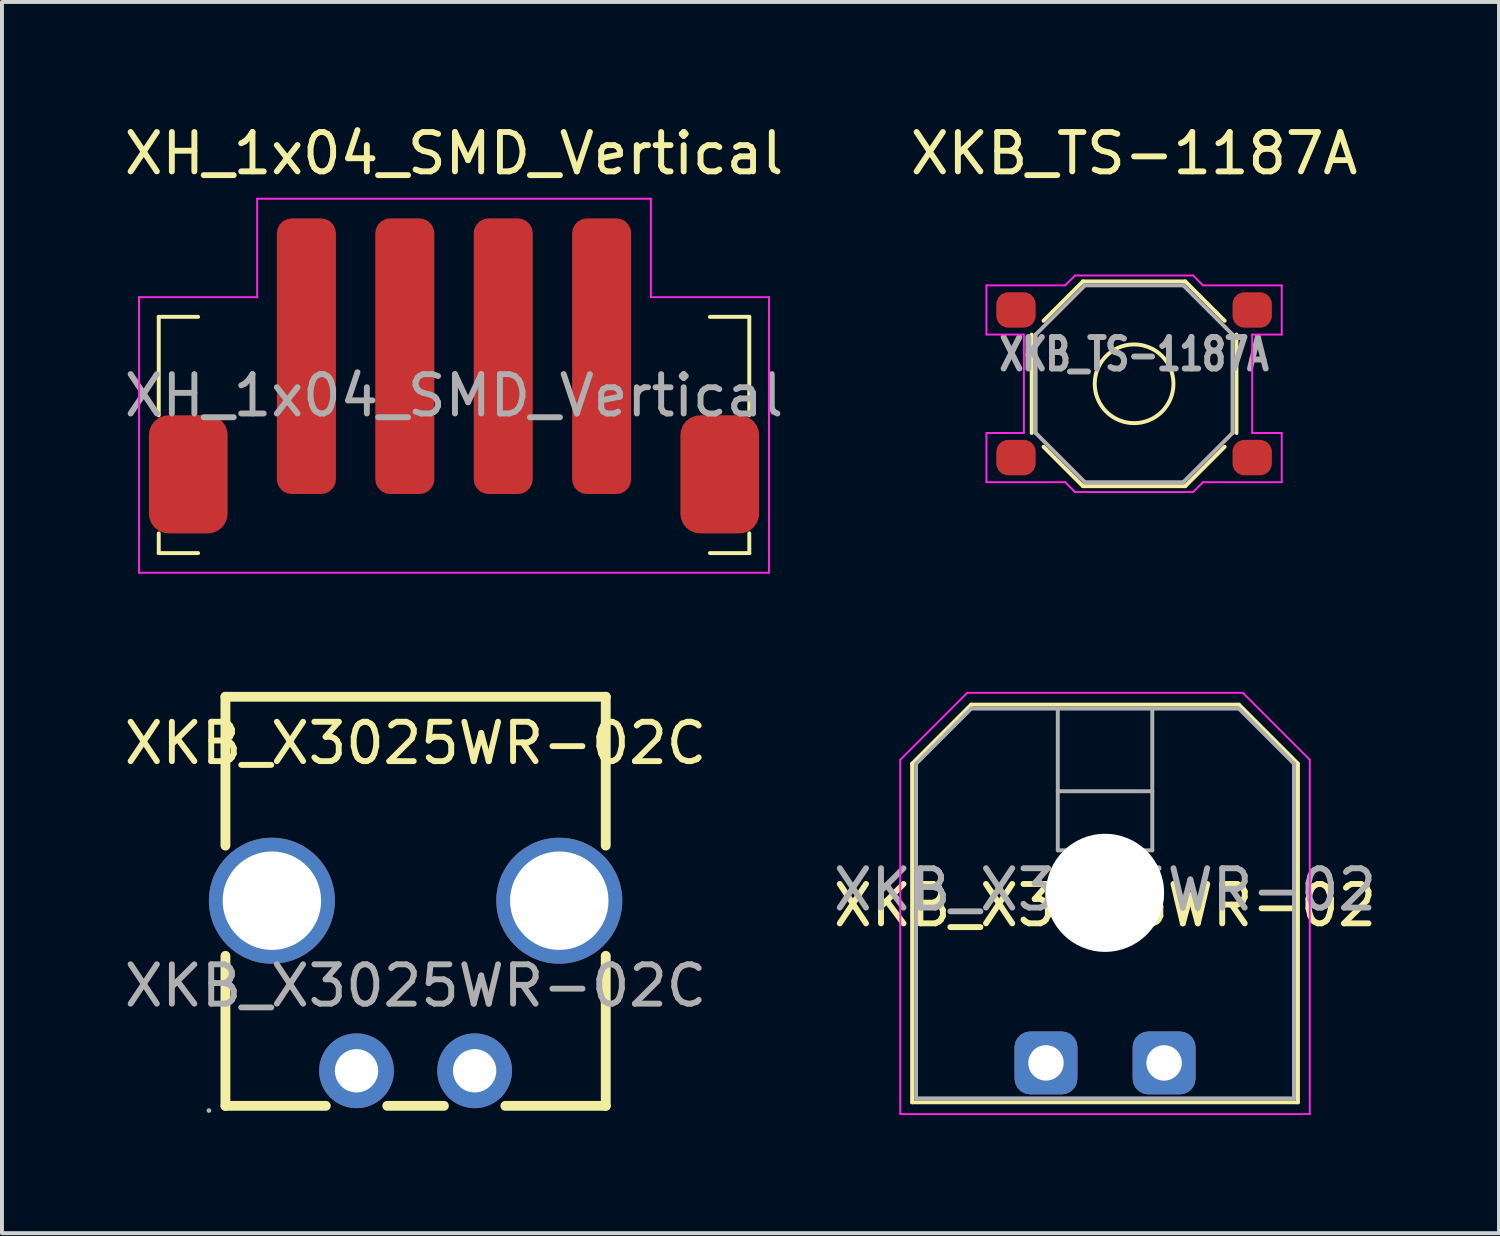
<source format=kicad_pcb>
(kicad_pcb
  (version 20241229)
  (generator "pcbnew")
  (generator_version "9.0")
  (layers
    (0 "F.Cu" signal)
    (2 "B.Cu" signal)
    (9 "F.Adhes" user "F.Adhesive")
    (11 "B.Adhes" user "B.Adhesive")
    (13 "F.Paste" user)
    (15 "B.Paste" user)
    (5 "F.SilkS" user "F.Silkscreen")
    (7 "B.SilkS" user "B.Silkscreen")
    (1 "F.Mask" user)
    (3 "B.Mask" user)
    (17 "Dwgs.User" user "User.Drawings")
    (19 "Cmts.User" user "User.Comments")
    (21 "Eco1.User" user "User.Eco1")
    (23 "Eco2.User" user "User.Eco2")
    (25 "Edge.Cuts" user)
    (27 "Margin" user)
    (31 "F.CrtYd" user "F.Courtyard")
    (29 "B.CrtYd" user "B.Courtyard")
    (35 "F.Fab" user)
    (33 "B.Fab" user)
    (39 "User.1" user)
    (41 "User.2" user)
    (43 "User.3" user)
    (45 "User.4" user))
  (footprint "XKB_X3025WR-02C"
    (layer "F.Cu")
    (at 7.506 21.988)
    (property "Reference" "XKB_X3025WR-02C" (at 0 -6.16 0) (layer "F.SilkS") (effects (font (size 1 1) (thickness 0.15))))
    (attr through_hole)
    (fp_line (start -4.83 -7.34) (end -4.83 -3.56) (stroke (width 0.25) (type solid)) (layer "F.SilkS"))
    (fp_line (start -4.83 -0.76) (end -4.83 3.05) (stroke (width 0.25) (type solid)) (layer "F.SilkS"))
    (fp_line (start -4.83 3.05) (end -2.28 3.05) (stroke (width 0.25) (type solid)) (layer "F.SilkS"))
    (fp_line (start -0.72 3.05) (end 0.72 3.05) (stroke (width 0.25) (type solid)) (layer "F.SilkS"))
    (fp_line (start 2.28 3.05) (end 4.83 3.05) (stroke (width 0.25) (type solid)) (layer "F.SilkS"))
    (fp_line (start 4.83 -7.34) (end -4.83 -7.34) (stroke (width 0.25) (type solid)) (layer "F.SilkS"))
    (fp_line (start 4.83 -3.56) (end 4.83 -7.34) (stroke (width 0.25) (type solid)) (layer "F.SilkS"))
    (fp_line (start 4.83 3.05) (end 4.83 -0.76) (stroke (width 0.25) (type solid)) (layer "F.SilkS"))
    (fp_circle (center -5.25 3.17) (end -5.22 3.17) (stroke (width 0.06) (type solid)) (fill no) (layer "F.Fab"))
    (fp_circle (center -3.65 -2.16) (end -3.07 -2.16) (stroke (width 1.15) (type solid)) (fill no) (layer "F.Fab"))
    (fp_circle (center -1.5 2.16) (end -1.27 2.16) (stroke (width 0.45) (type solid)) (fill no) (layer "F.Fab"))
    (fp_circle (center 1.5 2.16) (end 1.73 2.16) (stroke (width 0.45) (type solid)) (fill no) (layer "F.Fab"))
    (fp_circle (center 3.65 -2.16) (end 4.23 -2.16) (stroke (width 1.15) (type solid)) (fill no) (layer "F.Fab"))
    (fp_text user "${REFERENCE}" (at 0 0 0) (layer "F.Fab") (effects (font (size 1 1) (thickness 0.15))))
    (pad "1" thru_hole circle (at -1.5 2.16) (size 1.9 1.9) (drill 1.1) (layers "*.Cu" "*.Mask"))
    (pad "2" thru_hole circle (at 1.5 2.16) (size 1.9 1.9) (drill 1.1) (layers "*.Cu" "*.Mask"))
    (pad "3" thru_hole circle (at -3.65 -2.16) (size 3.2 3.2) (drill 2.5) (layers "*.Cu" "*.Mask"))
    (pad "4" thru_hole circle (at 3.65 -2.16) (size 3.2 3.2) (drill 2.5) (layers "*.Cu" "*.Mask")))
  (footprint "XH_1x04_SMD_Vertical"
    (layer "F.Cu")
    (at 8.482 6.998)
    (property "Reference" "XH_1x04_SMD_Vertical" (at 0 -6.15 0) (layer "F.SilkS") (effects (font (size 1 1) (thickness 0.15))))
    (attr smd)
    (fp_line (start -7.5 -2) (end -6.5 -2) (stroke (width 0.1) (type default)) (layer "F.SilkS"))
    (fp_line (start -7.5 0.5) (end -7.5 -2) (stroke (width 0.1) (type default)) (layer "F.SilkS"))
    (fp_line (start -7.5 4) (end -7.5 3.5) (stroke (width 0.1) (type default)) (layer "F.SilkS"))
    (fp_line (start -7.5 4) (end -6.5 4) (stroke (width 0.1) (type default)) (layer "F.SilkS"))
    (fp_line (start 7.5 -2) (end 6.5 -2) (stroke (width 0.1) (type default)) (layer "F.SilkS"))
    (fp_line (start 7.5 -2) (end 7.5 0.5) (stroke (width 0.1) (type default)) (layer "F.SilkS"))
    (fp_line (start 7.5 3.5) (end 7.5 4) (stroke (width 0.1) (type default)) (layer "F.SilkS"))
    (fp_line (start 7.5 4) (end 6.5 4) (stroke (width 0.1) (type default)) (layer "F.SilkS"))
    (fp_line (start -8 -2.5) (end -5 -2.5) (stroke (width 0.05) (type default)) (layer "F.CrtYd"))
    (fp_line (start -8 4.5) (end -8 -2.5) (stroke (width 0.05) (type default)) (layer "F.CrtYd"))
    (fp_line (start -5 -5) (end 5 -5) (stroke (width 0.05) (type default)) (layer "F.CrtYd"))
    (fp_line (start -5 -2.5) (end -5 -5) (stroke (width 0.05) (type default)) (layer "F.CrtYd"))
    (fp_line (start 5 -5) (end 5 -2.5) (stroke (width 0.05) (type default)) (layer "F.CrtYd"))
    (fp_line (start 5 -2.5) (end 8 -2.5) (stroke (width 0.05) (type default)) (layer "F.CrtYd"))
    (fp_line (start 8 -2.5) (end 8 4.5) (stroke (width 0.05) (type default)) (layer "F.CrtYd"))
    (fp_line (start 8 4.5) (end -8 4.5) (stroke (width 0.05) (type default)) (layer "F.CrtYd"))
    (fp_text user "${REFERENCE}" (at 0 0 0) (layer "F.Fab") (effects (font (size 1 1) (thickness 0.15))))
    (pad "1" smd roundrect (at -3.75 -1) (size 1.5 7) (layers "F.Cu" "F.Mask" "F.Paste") (roundrect_rratio 0.25))
    (pad "2" smd roundrect (at -1.25 -1) (size 1.5 7) (layers "F.Cu" "F.Mask" "F.Paste") (roundrect_rratio 0.25))
    (pad "3" smd roundrect (at 1.25 -1) (size 1.5 7) (layers "F.Cu" "F.Mask" "F.Paste") (roundrect_rratio 0.25))
    (pad "4" smd roundrect (at 3.75 -1) (size 1.5 7) (layers "F.Cu" "F.Mask" "F.Paste") (roundrect_rratio 0.25))
    (pad "5" smd roundrect (at 6.75 2) (size 2 3) (layers "F.Cu" "F.Mask" "F.Paste") (roundrect_rratio 0.25))
    (pad "6" smd roundrect (at -6.75 2) (size 2 3) (layers "F.Cu" "F.Mask" "F.Paste") (roundrect_rratio 0.25)))
  (footprint "XKB_TS-1187A"
    (layer "F.Cu")
    (at 25.756 6.698)
    (property "Reference" "XKB_TS-1187A" (at 0 -5.85 0) (layer "F.SilkS") (effects (font (size 1 1) (thickness 0.15))))
    (attr smd)
    (fp_line (start -2.6 1.25) (end -2.6 -1.25) (stroke (width 0.1) (type default)) (layer "F.SilkS"))
    (fp_line (start -1.3 -2.6) (end -2.3 -1.6) (stroke (width 0.1) (type default)) (layer "F.SilkS"))
    (fp_line (start -1.3 -2.6) (end 1.3 -2.6) (stroke (width 0.1) (type default)) (layer "F.SilkS"))
    (fp_line (start -1.3 2.6) (end -2.3 1.6) (stroke (width 0.1) (type default)) (layer "F.SilkS"))
    (fp_line (start -1.3 2.6) (end 1.3 2.6) (stroke (width 0.1) (type default)) (layer "F.SilkS"))
    (fp_line (start 1.3 -2.6) (end 2.3 -1.6) (stroke (width 0.1) (type default)) (layer "F.SilkS"))
    (fp_line (start 1.3 2.6) (end 2.3 1.6) (stroke (width 0.1) (type default)) (layer "F.SilkS"))
    (fp_line (start 2.6 -1.25) (end 2.6 1.25) (stroke (width 0.1) (type default)) (layer "F.SilkS"))
    (fp_circle (center 0 0) (end 1 0) (stroke (width 0.1) (type default)) (fill no) (layer "F.SilkS"))
    (fp_line (start -3.75 -2.5) (end -3.75 -1.25) (stroke (width 0.05) (type default)) (layer "F.CrtYd"))
    (fp_line (start -3.75 -1.25) (end -2.8 -1.25) (stroke (width 0.05) (type default)) (layer "F.CrtYd"))
    (fp_line (start -3.75 1.25) (end -3.75 2.5) (stroke (width 0.05) (type default)) (layer "F.CrtYd"))
    (fp_line (start -3.75 2.5) (end -1.75 2.5) (stroke (width 0.05) (type default)) (layer "F.CrtYd"))
    (fp_line (start -2.8 -1.25) (end -2.8 1.25) (stroke (width 0.05) (type default)) (layer "F.CrtYd"))
    (fp_line (start -2.8 1.25) (end -3.75 1.25) (stroke (width 0.05) (type default)) (layer "F.CrtYd"))
    (fp_line (start -1.75 -2.5) (end -3.75 -2.5) (stroke (width 0.05) (type default)) (layer "F.CrtYd"))
    (fp_line (start -1.75 2.5) (end -1.5 2.75) (stroke (width 0.05) (type default)) (layer "F.CrtYd"))
    (fp_line (start -1.5 -2.75) (end -1.75 -2.5) (stroke (width 0.05) (type default)) (layer "F.CrtYd"))
    (fp_line (start -1.5 2.75) (end 1.5 2.75) (stroke (width 0.05) (type default)) (layer "F.CrtYd"))
    (fp_line (start 1.5 -2.75) (end -1.5 -2.75) (stroke (width 0.05) (type default)) (layer "F.CrtYd"))
    (fp_line (start 1.5 2.75) (end 1.75 2.5) (stroke (width 0.05) (type default)) (layer "F.CrtYd"))
    (fp_line (start 1.75 -2.5) (end 1.5 -2.75) (stroke (width 0.05) (type default)) (layer "F.CrtYd"))
    (fp_line (start 1.75 2.5) (end 3.75 2.5) (stroke (width 0.05) (type default)) (layer "F.CrtYd"))
    (fp_line (start 3 -1.25) (end 3.75 -1.25) (stroke (width 0.05) (type default)) (layer "F.CrtYd"))
    (fp_line (start 3 1.25) (end 3 -1.25) (stroke (width 0.05) (type default)) (layer "F.CrtYd"))
    (fp_line (start 3.75 -2.5) (end 1.75 -2.5) (stroke (width 0.05) (type default)) (layer "F.CrtYd"))
    (fp_line (start 3.75 -1.25) (end 3.75 -2.5) (stroke (width 0.05) (type default)) (layer "F.CrtYd"))
    (fp_line (start 3.75 1.25) (end 3 1.25) (stroke (width 0.05) (type default)) (layer "F.CrtYd"))
    (fp_line (start 3.75 2.5) (end 3.75 1.25) (stroke (width 0.05) (type default)) (layer "F.CrtYd"))
    (fp_line (start -2.5 -1.25) (end -2.5 1.25) (stroke (width 0.1) (type default)) (layer "F.Fab"))
    (fp_line (start -2.5 1.25) (end -1.25 2.5) (stroke (width 0.1) (type default)) (layer "F.Fab"))
    (fp_line (start -1.25 -2.5) (end -2.5 -1.25) (stroke (width 0.1) (type default)) (layer "F.Fab"))
    (fp_line (start -1.25 2.5) (end 1.25 2.5) (stroke (width 0.1) (type default)) (layer "F.Fab"))
    (fp_line (start 1.25 -2.5) (end -1.25 -2.5) (stroke (width 0.1) (type default)) (layer "F.Fab"))
    (fp_line (start 1.25 2.5) (end 2.5 1.25) (stroke (width 0.1) (type default)) (layer "F.Fab"))
    (fp_line (start 2.5 -1.25) (end 1.25 -2.5) (stroke (width 0.1) (type default)) (layer "F.Fab"))
    (fp_line (start 2.5 1.25) (end 2.5 -1.25) (stroke (width 0.1) (type default)) (layer "F.Fab"))
    (fp_text user "${REFERENCE}" (at 0 -0.75 0) (layer "F.Fab") (effects (font (size 0.8 0.6) (thickness 0.15))))
    (pad "1" smd roundrect (at -3 -1.875) (size 1 0.9) (layers "F.Cu" "F.Mask" "F.Paste") (roundrect_rratio 0.333))
    (pad "1" smd roundrect (at 3 -1.875) (size 1 0.9) (layers "F.Cu" "F.Mask" "F.Paste") (roundrect_rratio 0.333))
    (pad "2" smd roundrect (at -3 1.875) (size 1 0.9) (layers "F.Cu" "F.Mask" "F.Paste") (roundrect_rratio 0.333))
    (pad "2" smd roundrect (at 3 1.875) (size 1 0.9) (layers "F.Cu" "F.Mask" "F.Paste") (roundrect_rratio 0.333)))
  (footprint "XKB_X3025WR-02"
    (layer "F.Cu")
    (at 25.018 23.948)
    (property "Reference" "XKB_X3025WR-02" (at 0 -4 0) (layer "F.SilkS") (effects (font (size 1 1) (thickness 0.15))))
    (attr through_hole)
    (fp_line (start -4.9 -7.6) (end -3.4 -9.1) (stroke (width 0.1) (type default)) (layer "F.SilkS"))
    (fp_line (start -4.9 1) (end -4.9 -7.6) (stroke (width 0.1) (type default)) (layer "F.SilkS"))
    (fp_line (start -4.9 1) (end 4.9 1) (stroke (width 0.1) (type default)) (layer "F.SilkS"))
    (fp_line (start -3.4 -9.1) (end 3.4 -9.1) (stroke (width 0.1) (type default)) (layer "F.SilkS"))
    (fp_line (start 3.4 -9.1) (end 4.9 -7.6) (stroke (width 0.1) (type default)) (layer "F.SilkS"))
    (fp_line (start 4.9 -7.6) (end 4.9 1) (stroke (width 0.1) (type default)) (layer "F.SilkS"))
    (fp_line (start -5.2 -7.7) (end -3.5 -9.4) (stroke (width 0.05) (type default)) (layer "F.CrtYd"))
    (fp_line (start -5.2 1.3) (end -5.2 -7.7) (stroke (width 0.05) (type default)) (layer "F.CrtYd"))
    (fp_line (start -3.5 -9.4) (end 3.5 -9.4) (stroke (width 0.05) (type default)) (layer "F.CrtYd"))
    (fp_line (start 3.5 -9.4) (end 5.2 -7.7) (stroke (width 0.05) (type default)) (layer "F.CrtYd"))
    (fp_line (start 5.2 -7.7) (end 5.2 1.3) (stroke (width 0.05) (type default)) (layer "F.CrtYd"))
    (fp_line (start 5.2 1.3) (end -5.2 1.3) (stroke (width 0.05) (type default)) (layer "F.CrtYd"))
    (fp_line (start -4.8 -7.6) (end -4.8 0.9) (stroke (width 0.1) (type default)) (layer "F.Fab"))
    (fp_line (start -3.4 -9) (end -4.8 -7.6) (stroke (width 0.1) (type default)) (layer "F.Fab"))
    (fp_line (start -1.2 -9) (end -1.2 -5.4) (stroke (width 0.1) (type default)) (layer "F.Fab"))
    (fp_line (start -1.2 -5.4) (end 1.2 -5.4) (stroke (width 0.1) (type default)) (layer "F.Fab"))
    (fp_line (start 1.2 -6.9) (end -1.2 -6.9) (stroke (width 0.1) (type default)) (layer "F.Fab"))
    (fp_line (start 1.2 -5.4) (end 1.2 -9) (stroke (width 0.1) (type default)) (layer "F.Fab"))
    (fp_line (start 3.4 -9) (end -3.4 -9) (stroke (width 0.1) (type default)) (layer "F.Fab"))
    (fp_line (start 3.4 -9) (end 4.8 -7.6) (stroke (width 0.1) (type default)) (layer "F.Fab"))
    (fp_line (start 4.8 -7.6) (end 4.8 0.9) (stroke (width 0.1) (type default)) (layer "F.Fab"))
    (fp_line (start 4.8 0.9) (end -4.8 0.9) (stroke (width 0.1) (type default)) (layer "F.Fab"))
    (fp_text user "${REFERENCE}" (at 0 -4.4 180) (layer "F.Fab") (effects (font (size 1 1) (thickness 0.15))))
    (pad "" np_thru_hole circle (at 0 -4.32) (size 3 3) (drill 3) (layers "*.Cu" "*.Mask"))
    (pad "1" thru_hole roundrect (at -1.5 0) (size 1.6 1.6) (drill 0.9) (layers "*.Cu" "*.Mask") (roundrect_rratio 0.25))
    (pad "2" thru_hole roundrect (at 1.5 0) (size 1.6 1.6) (drill 0.9) (layers "*.Cu" "*.Mask") (roundrect_rratio 0.25)))
  (gr_rect
    (start -3 -3)
    (end 35.024 28.273)
    (stroke (width 0.1) (type default))
    (fill no)
    (layer "Edge.Cuts")))
</source>
